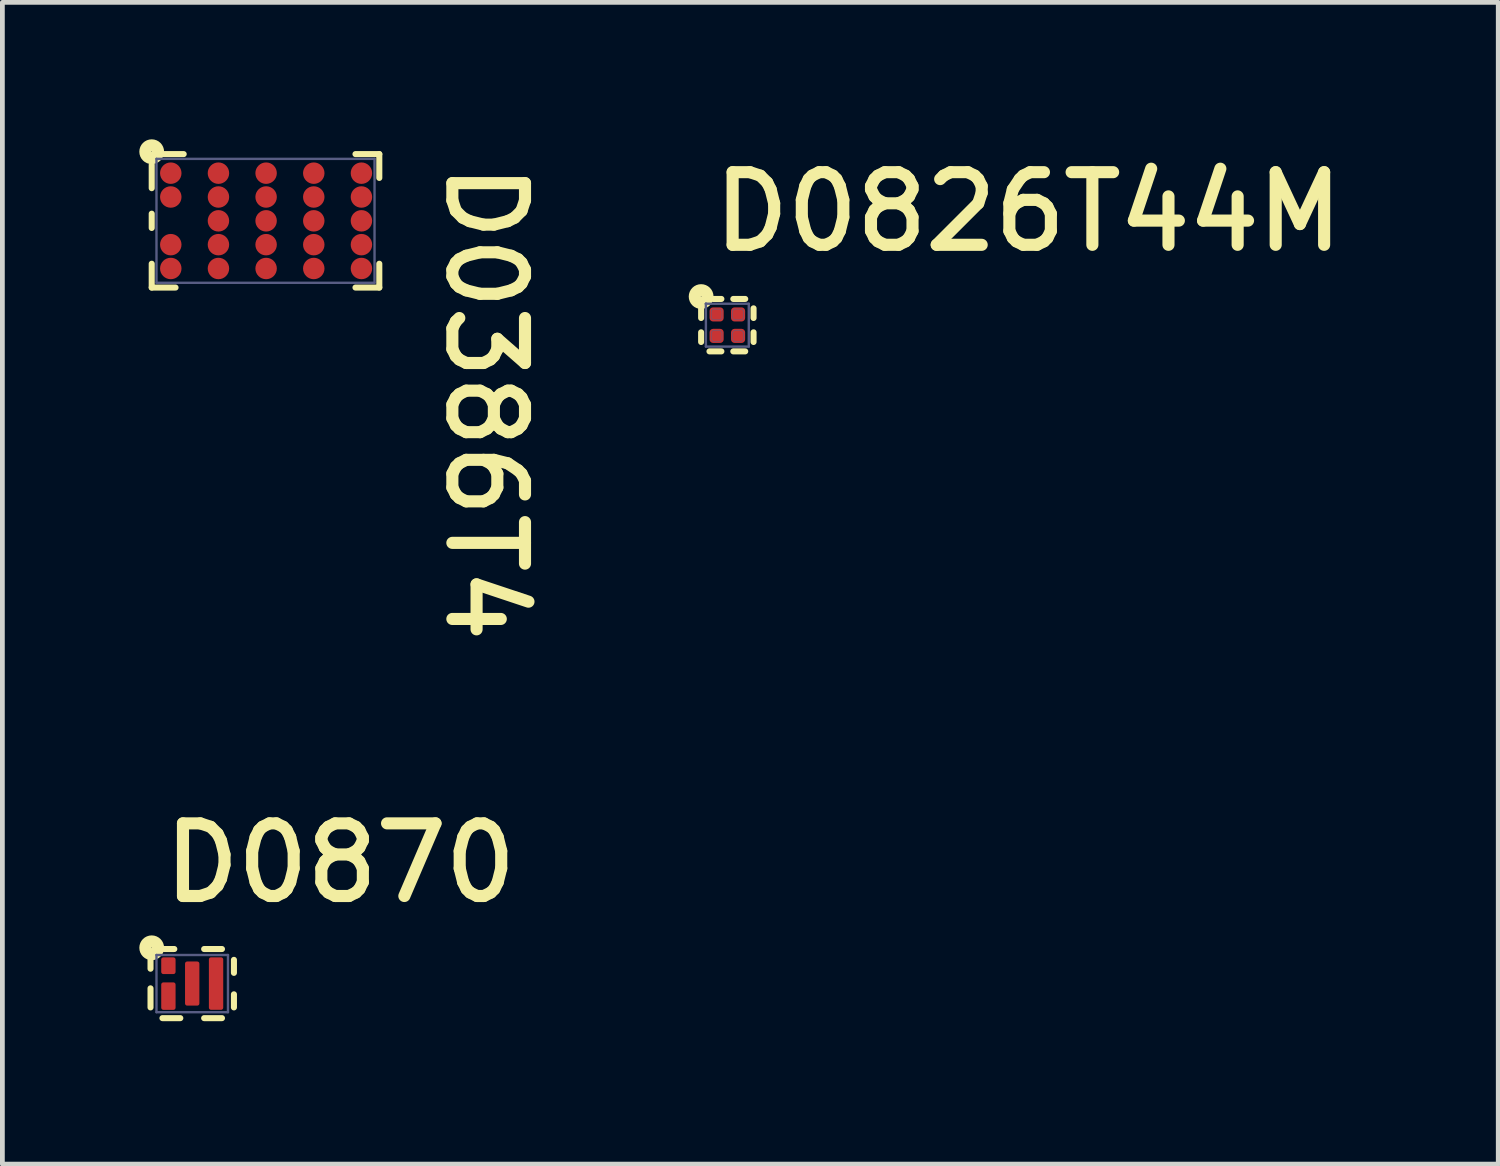
<source format=kicad_pcb>
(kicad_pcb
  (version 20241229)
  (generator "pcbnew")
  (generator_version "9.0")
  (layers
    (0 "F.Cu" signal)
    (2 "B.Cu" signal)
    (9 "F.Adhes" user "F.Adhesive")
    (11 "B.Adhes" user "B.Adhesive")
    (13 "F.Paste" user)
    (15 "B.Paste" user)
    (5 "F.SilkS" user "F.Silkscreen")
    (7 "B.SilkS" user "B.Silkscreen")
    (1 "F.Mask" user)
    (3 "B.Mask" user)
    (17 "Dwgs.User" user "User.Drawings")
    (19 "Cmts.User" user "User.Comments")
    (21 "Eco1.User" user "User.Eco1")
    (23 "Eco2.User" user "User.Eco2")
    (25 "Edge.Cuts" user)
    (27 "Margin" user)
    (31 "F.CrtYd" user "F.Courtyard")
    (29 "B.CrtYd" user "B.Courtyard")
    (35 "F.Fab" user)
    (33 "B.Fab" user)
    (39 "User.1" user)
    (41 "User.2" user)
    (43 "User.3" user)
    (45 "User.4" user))
  (footprint "D0870"
    (layer "F.Cu")
    (at 0.983 17.586)
    (property "Reference" "D0870" (at -0.724 -1.638 0) (unlocked yes) (layer "F.SilkS") (effects (font (size 1.524 1.524) (thickness 0.254)) (justify left bottom)))
    (attr smd)
    (fp_poly (pts (xy -0.443 -0.292) (xy -0.443 -0.458) (xy -0.558 -0.458) (xy -0.558 -0.292)) (stroke (width 0.115) (type solid)) (fill yes) (layer "F.Mask"))
    (fp_poly (pts (xy -0.443 0.458) (xy -0.443 0.068) (xy -0.558 0.068) (xy -0.558 0.458)) (stroke (width 0.115) (type solid)) (fill yes) (layer "F.Mask"))
    (fp_poly (pts (xy 0.028 0.341) (xy 0.028 -0.342) (xy -0.029 -0.342) (xy -0.029 0.341)) (stroke (width 0.172) (type solid)) (fill yes) (layer "F.Mask"))
    (fp_poly (pts (xy 0.528 0.428) (xy 0.528 -0.429) (xy 0.471 -0.429) (xy 0.471 0.428)) (stroke (width 0.172) (type solid)) (fill yes) (layer "F.Mask"))
    (fp_line (start -0.875 -0.312) (end -0.875 -0.498) (stroke (width 0.127) (type solid)) (layer "F.SilkS"))
    (fp_line (start -0.875 0.1) (end -0.875 0.5) (stroke (width 0.127) (type solid)) (layer "F.SilkS"))
    (fp_line (start -0.625 0.725) (end -0.25 0.725) (stroke (width 0.127) (type solid)) (layer "F.SilkS"))
    (fp_line (start -0.59 -0.725) (end -0.376 -0.725) (stroke (width 0.127) (type solid)) (layer "F.SilkS"))
    (fp_line (start 0.25 -0.725) (end 0.624 -0.725) (stroke (width 0.127) (type solid)) (layer "F.SilkS"))
    (fp_line (start 0.25 0.725) (end 0.624 0.725) (stroke (width 0.127) (type solid)) (layer "F.SilkS"))
    (fp_line (start 0.875 -0.498) (end 0.875 -0.225) (stroke (width 0.127) (type solid)) (layer "F.SilkS"))
    (fp_line (start 0.875 0.5) (end 0.875 0.225) (stroke (width 0.127) (type solid)) (layer "F.SilkS"))
    (fp_circle (center -0.85 -0.751) (end -0.85 -0.757) (stroke (width 0.254) (type solid)) (fill no) (layer "F.SilkS"))
    (fp_poly (pts (xy -0.42 -0.27) (xy -0.42 -0.48) (xy -0.581 -0.48) (xy -0.581 -0.27)) (stroke (width 0.069) (type solid)) (fill yes) (layer "F.Paste"))
    (fp_poly (pts (xy -0.42 0.481) (xy -0.42 0.045) (xy -0.581 0.045) (xy -0.581 0.481)) (stroke (width 0.069) (type solid)) (fill yes) (layer "F.Paste"))
    (fp_poly (pts (xy 0.08 0.392) (xy 0.08 -0.394) (xy -0.081 -0.394) (xy -0.081 0.392)) (stroke (width 0.069) (type solid)) (fill yes) (layer "F.Paste"))
    (fp_poly (pts (xy 0.58 0.48) (xy 0.58 -0.481) (xy 0.419 -0.481) (xy 0.419 0.48)) (stroke (width 0.069) (type solid)) (fill yes) (layer "F.Paste"))
    (fp_line (start -0.75 -0.6) (end 0.75 -0.6) (stroke (width 0.05) (type solid)) (layer "B.Fab"))
    (fp_line (start -0.75 0.6) (end -0.75 -0.6) (stroke (width 0.05) (type solid)) (layer "B.Fab"))
    (fp_line (start -0.75 0.6) (end 0.75 0.6) (stroke (width 0.05) (type solid)) (layer "B.Fab"))
    (fp_line (start 0.75 0.6) (end 0.75 -0.6) (stroke (width 0.05) (type solid)) (layer "B.Fab"))
    (pad "1" smd roundrect (at -0.5 -0.375) (size 0.301 0.351) (layers "F.Cu" "F.Mask" "F.Paste") (roundrect_rratio 0.15))
    (pad "2" smd roundrect (at -0.5 0.263) (size 0.301 0.576) (layers "F.Cu" "F.Mask" "F.Paste") (roundrect_rratio 0.15))
    (pad "3" smd roundrect (at -0.00041 -0.00041) (size 0.301 0.926) (layers "F.Cu" "F.Mask" "F.Paste") (roundrect_rratio 0.15))
    (pad "4" smd roundrect (at 0.5 -0.00041) (size 0.301 1.101) (layers "F.Cu" "F.Mask" "F.Paste") (roundrect_rratio 0.15)))
  (footprint "D0826T44M"
    (layer "F.Cu")
    (at 12.21 3.772)
    (property "Reference" "D0826T44M" (at -0.419 -1.486 0) (unlocked yes) (layer "F.SilkS") (effects (font (size 1.524 1.524) (thickness 0.254)) (justify left bottom)))
    (attr smd)
    (fp_poly (pts (xy -0.285 -0.328) (xy -0.328 -0.285) (xy -0.328 -0.165) (xy -0.285 -0.122) (xy -0.165 -0.122) (xy -0.122 -0.165) (xy -0.122 -0.285) (xy -0.165 -0.328)) (stroke (width 0) (type default)) (fill yes) (layer "F.Mask"))
    (fp_poly (pts (xy -0.285 0.122) (xy -0.328 0.165) (xy -0.328 0.285) (xy -0.285 0.328) (xy -0.165 0.328) (xy -0.122 0.285) (xy -0.122 0.165) (xy -0.165 0.122)) (stroke (width 0) (type default)) (fill yes) (layer "F.Mask"))
    (fp_poly (pts (xy 0.165 0.123) (xy 0.122 0.165) (xy 0.122 0.285) (xy 0.165 0.328) (xy 0.285 0.328) (xy 0.327 0.285) (xy 0.327 0.165) (xy 0.285 0.123)) (stroke (width 0) (type default)) (fill yes) (layer "F.Mask"))
    (fp_poly (pts (xy 0.165 -0.328) (xy 0.122 -0.285) (xy 0.122 -0.165) (xy 0.165 -0.122) (xy 0.285 -0.122) (xy 0.328 -0.165) (xy 0.328 -0.285) (xy 0.285 -0.328)) (stroke (width 0) (type default)) (fill yes) (layer "F.Mask"))
    (fp_line (start -0.55 -0.15) (end -0.55 -0.35) (stroke (width 0.127) (type solid)) (layer "F.SilkS"))
    (fp_line (start -0.55 0.353) (end -0.55 0.15) (stroke (width 0.127) (type solid)) (layer "F.SilkS"))
    (fp_line (start -0.375 0.55) (end -0.125 0.55) (stroke (width 0.127) (type solid)) (layer "F.SilkS"))
    (fp_line (start -0.3 -0.55) (end -0.125 -0.55) (stroke (width 0.127) (type solid)) (layer "F.SilkS"))
    (fp_line (start 0.125 0.55) (end 0.375 0.55) (stroke (width 0.127) (type solid)) (layer "F.SilkS"))
    (fp_line (start 0.125 -0.55) (end 0.375 -0.55) (stroke (width 0.127) (type solid)) (layer "F.SilkS"))
    (fp_line (start 0.55 0.353) (end 0.55 0.15) (stroke (width 0.127) (type solid)) (layer "F.SilkS"))
    (fp_line (start 0.55 -0.15) (end 0.55 -0.353) (stroke (width 0.127) (type solid)) (layer "F.SilkS"))
    (fp_circle (center -0.55 -0.6) (end -0.55 -0.606) (stroke (width 0.254) (type solid)) (fill no) (layer "F.SilkS"))
    (fp_poly (pts (xy -0.18 -0.18) (xy -0.18 -0.27) (xy -0.27 -0.27) (xy -0.27 -0.18)) (stroke (width 0.135) (type solid)) (fill yes) (layer "F.Paste"))
    (fp_poly (pts (xy -0.18 0.27) (xy -0.18 0.18) (xy -0.27 0.18) (xy -0.27 0.27)) (stroke (width 0.135) (type solid)) (fill yes) (layer "F.Paste"))
    (fp_poly (pts (xy 0.27 -0.18) (xy 0.27 -0.27) (xy 0.18 -0.27) (xy 0.18 -0.18)) (stroke (width 0.135) (type solid)) (fill yes) (layer "F.Paste"))
    (fp_poly (pts (xy 0.27 0.27) (xy 0.27 0.18) (xy 0.18 0.18) (xy 0.18 0.27)) (stroke (width 0.135) (type solid)) (fill yes) (layer "F.Paste"))
    (fp_line (start -0.45 -0.45) (end 0.45 -0.45) (stroke (width 0.05) (type solid)) (layer "B.Fab"))
    (fp_line (start -0.45 -0.447) (end -0.447 -0.45) (stroke (width 0.05) (type solid)) (layer "B.Fab"))
    (fp_line (start -0.45 0.45) (end -0.45 -0.45) (stroke (width 0.05) (type solid)) (layer "B.Fab"))
    (fp_line (start -0.45 0.45) (end 0.45 0.45) (stroke (width 0.05) (type solid)) (layer "B.Fab"))
    (fp_line (start -0.338 -0.3) (end -0.3 -0.338) (stroke (width 0.01) (type solid)) (layer "B.Fab"))
    (fp_line (start -0.338 -0.15) (end -0.338 -0.3) (stroke (width 0.01) (type solid)) (layer "B.Fab"))
    (fp_line (start -0.338 -0.15) (end -0.3 -0.112) (stroke (width 0.01) (type solid)) (layer "B.Fab"))
    (fp_line (start -0.338 0.15) (end -0.3 0.113) (stroke (width 0.01) (type solid)) (layer "B.Fab"))
    (fp_line (start -0.338 0.3) (end -0.338 0.15) (stroke (width 0.01) (type solid)) (layer "B.Fab"))
    (fp_line (start -0.338 0.3) (end -0.3 0.338) (stroke (width 0.01) (type solid)) (layer "B.Fab"))
    (fp_line (start -0.3 -0.338) (end -0.15 -0.337) (stroke (width 0.01) (type solid)) (layer "B.Fab"))
    (fp_line (start -0.3 -0.112) (end -0.15 -0.112) (stroke (width 0.01) (type solid)) (layer "B.Fab"))
    (fp_line (start -0.3 0.113) (end -0.15 0.113) (stroke (width 0.01) (type solid)) (layer "B.Fab"))
    (fp_line (start -0.3 0.338) (end -0.15 0.338) (stroke (width 0.01) (type solid)) (layer "B.Fab"))
    (fp_line (start -0.15 -0.337) (end -0.113 -0.3) (stroke (width 0.01) (type solid)) (layer "B.Fab"))
    (fp_line (start -0.15 -0.112) (end -0.113 -0.15) (stroke (width 0.01) (type solid)) (layer "B.Fab"))
    (fp_line (start -0.15 0.113) (end -0.113 0.15) (stroke (width 0.01) (type solid)) (layer "B.Fab"))
    (fp_line (start -0.15 0.338) (end -0.113 0.3) (stroke (width 0.01) (type solid)) (layer "B.Fab"))
    (fp_line (start -0.113 -0.15) (end -0.113 -0.3) (stroke (width 0.01) (type solid)) (layer "B.Fab"))
    (fp_line (start -0.113 0.3) (end -0.113 0.15) (stroke (width 0.01) (type solid)) (layer "B.Fab"))
    (fp_line (start 0.112 -0.3) (end 0.15 -0.338) (stroke (width 0.01) (type solid)) (layer "B.Fab"))
    (fp_line (start 0.112 -0.15) (end 0.112 -0.3) (stroke (width 0.01) (type solid)) (layer "B.Fab"))
    (fp_line (start 0.112 -0.15) (end 0.15 -0.112) (stroke (width 0.01) (type solid)) (layer "B.Fab"))
    (fp_line (start 0.112 0.15) (end 0.15 0.113) (stroke (width 0.01) (type solid)) (layer "B.Fab"))
    (fp_line (start 0.112 0.3) (end 0.112 0.15) (stroke (width 0.01) (type solid)) (layer "B.Fab"))
    (fp_line (start 0.112 0.3) (end 0.15 0.338) (stroke (width 0.01) (type solid)) (layer "B.Fab"))
    (fp_line (start 0.15 -0.338) (end 0.3 -0.337) (stroke (width 0.01) (type solid)) (layer "B.Fab"))
    (fp_line (start 0.15 -0.112) (end 0.3 -0.112) (stroke (width 0.01) (type solid)) (layer "B.Fab"))
    (fp_line (start 0.15 0.113) (end 0.3 0.113) (stroke (width 0.01) (type solid)) (layer "B.Fab"))
    (fp_line (start 0.15 0.338) (end 0.3 0.338) (stroke (width 0.01) (type solid)) (layer "B.Fab"))
    (fp_line (start 0.3 -0.337) (end 0.337 -0.3) (stroke (width 0.01) (type solid)) (layer "B.Fab"))
    (fp_line (start 0.3 -0.112) (end 0.337 -0.15) (stroke (width 0.01) (type solid)) (layer "B.Fab"))
    (fp_line (start 0.3 0.113) (end 0.337 0.15) (stroke (width 0.01) (type solid)) (layer "B.Fab"))
    (fp_line (start 0.3 0.338) (end 0.337 0.3) (stroke (width 0.01) (type solid)) (layer "B.Fab"))
    (fp_line (start 0.337 -0.15) (end 0.337 -0.3) (stroke (width 0.01) (type solid)) (layer "B.Fab"))
    (fp_line (start 0.337 0.3) (end 0.337 0.15) (stroke (width 0.01) (type solid)) (layer "B.Fab"))
    (fp_line (start 0.45 0.45) (end 0.45 -0.45) (stroke (width 0.05) (type solid)) (layer "B.Fab"))
    (pad "1" smd roundrect (at -0.225 -0.225) (size 0.296 0.296) (layers "F.Cu" "F.Mask" "F.Paste") (roundrect_rratio 0.25))
    (pad "2" smd roundrect (at -0.225 0.225) (size 0.296 0.296) (layers "F.Cu" "F.Mask" "F.Paste") (roundrect_rratio 0.25))
    (pad "3" smd roundrect (at 0.225 -0.225) (size 0.296 0.296) (layers "F.Cu" "F.Mask" "F.Paste") (roundrect_rratio 0.25))
    (pad "4" smd roundrect (at 0.225 0.225) (size 0.296 0.296) (layers "F.Cu" "F.Mask" "F.Paste") (roundrect_rratio 0.25)))
  (footprint "D0386T4"
    (layer "F.Cu")
    (at 2.533 1.583)
    (property "Reference" "D0386T4" (at 3.708 -1.321 270) (unlocked yes) (layer "F.SilkS") (effects (font (size 1.524 1.524) (thickness 0.254)) (justify left bottom)))
    (attr smd)
    (fp_line (start -2.4 -1.175) (end -2.4 -0.685) (stroke (width 0.127) (type solid)) (layer "F.SilkS"))
    (fp_line (start -2.4 -0.15) (end -2.4 0.15) (stroke (width 0.127) (type solid)) (layer "F.SilkS"))
    (fp_line (start -2.4 0.9) (end -2.4 1.4) (stroke (width 0.127) (type solid)) (layer "F.SilkS"))
    (fp_line (start -2.4 1.4) (end -1.9 1.4) (stroke (width 0.127) (type solid)) (layer "F.SilkS"))
    (fp_line (start -2.15 -1.4) (end -1.729 -1.4) (stroke (width 0.127) (type solid)) (layer "F.SilkS"))
    (fp_line (start 1.875 -1.4) (end 2.375 -1.4) (stroke (width 0.127) (type solid)) (layer "F.SilkS"))
    (fp_line (start 1.875 1.4) (end 2.375 1.4) (stroke (width 0.127) (type solid)) (layer "F.SilkS"))
    (fp_line (start 2.375 -1.4) (end 2.375 -0.9) (stroke (width 0.127) (type solid)) (layer "F.SilkS"))
    (fp_line (start 2.375 0.9) (end 2.375 1.4) (stroke (width 0.127) (type solid)) (layer "F.SilkS"))
    (fp_circle (center -2.4 -1.45) (end -2.394 -1.45) (stroke (width 0.254) (type solid)) (fill no) (layer "F.SilkS"))
    (fp_line (start -2.3 -1.3) (end -2.3 1.3) (stroke (width 0.05) (type solid)) (layer "B.Fab"))
    (fp_line (start -2.3 -1.3) (end 2.275 -1.3) (stroke (width 0.05) (type solid)) (layer "B.Fab"))
    (fp_line (start -2.3 1.3) (end 2.275 1.3) (stroke (width 0.05) (type solid)) (layer "B.Fab"))
    (fp_line (start 2.275 -1.3) (end 2.275 1.3) (stroke (width 0.05) (type solid)) (layer "B.Fab"))
    (pad "1" smd circle (at -2 -1) (size 0.45 0.45) (layers "F.Cu" "F.Mask" "F.Paste"))
    (pad "2" smd circle (at -2 -0.5) (size 0.45 0.45) (layers "F.Cu" "F.Mask" "F.Paste"))
    (pad "3" smd circle (at -2 0.5) (size 0.45 0.45) (layers "F.Cu" "F.Mask" "F.Paste"))
    (pad "4" smd circle (at -2 1) (size 0.45 0.45) (layers "F.Cu" "F.Mask" "F.Paste"))
    (pad "5" smd circle (at -1 -1) (size 0.45 0.45) (layers "F.Cu" "F.Mask" "F.Paste"))
    (pad "6" smd circle (at -1 -0.5) (size 0.45 0.45) (layers "F.Cu" "F.Mask" "F.Paste"))
    (pad "7" smd circle (at -1 0) (size 0.45 0.45) (layers "F.Cu" "F.Mask" "F.Paste"))
    (pad "8" smd circle (at -1 0.5) (size 0.45 0.45) (layers "F.Cu" "F.Mask" "F.Paste"))
    (pad "9" smd circle (at -1 1) (size 0.45 0.45) (layers "F.Cu" "F.Mask" "F.Paste"))
    (pad "10" smd circle (at 0 -1) (size 0.45 0.45) (layers "F.Cu" "F.Mask" "F.Paste"))
    (pad "11" smd circle (at 0 -0.5) (size 0.45 0.45) (layers "F.Cu" "F.Mask" "F.Paste"))
    (pad "12" smd circle (at 0 0) (size 0.45 0.45) (layers "F.Cu" "F.Mask" "F.Paste"))
    (pad "13" smd circle (at 0 0.5) (size 0.45 0.45) (layers "F.Cu" "F.Mask" "F.Paste"))
    (pad "14" smd circle (at 0 1) (size 0.45 0.45) (layers "F.Cu" "F.Mask" "F.Paste"))
    (pad "15" smd circle (at 1 -1) (size 0.45 0.45) (layers "F.Cu" "F.Mask" "F.Paste"))
    (pad "16" smd circle (at 1 -0.5) (size 0.45 0.45) (layers "F.Cu" "F.Mask" "F.Paste"))
    (pad "17" smd circle (at 1 0) (size 0.45 0.45) (layers "F.Cu" "F.Mask" "F.Paste"))
    (pad "18" smd circle (at 1 0.5) (size 0.45 0.45) (layers "F.Cu" "F.Mask" "F.Paste"))
    (pad "19" smd circle (at 1 1) (size 0.45 0.45) (layers "F.Cu" "F.Mask" "F.Paste"))
    (pad "20" smd circle (at 2 -1) (size 0.45 0.45) (layers "F.Cu" "F.Mask" "F.Paste"))
    (pad "21" smd circle (at 2 -0.5) (size 0.45 0.45) (layers "F.Cu" "F.Mask" "F.Paste"))
    (pad "22" smd circle (at 2 0) (size 0.45 0.45) (layers "F.Cu" "F.Mask" "F.Paste"))
    (pad "23" smd circle (at 2 0.5) (size 0.45 0.45) (layers "F.Cu" "F.Mask" "F.Paste"))
    (pad "24" smd circle (at 2 1) (size 0.45 0.45) (layers "F.Cu" "F.Mask" "F.Paste")))
  (gr_rect
    (start -3 -3)
    (end 28.384 21.374)
    (stroke (width 0.1) (type default))
    (fill no)
    (layer "Edge.Cuts")))
</source>
